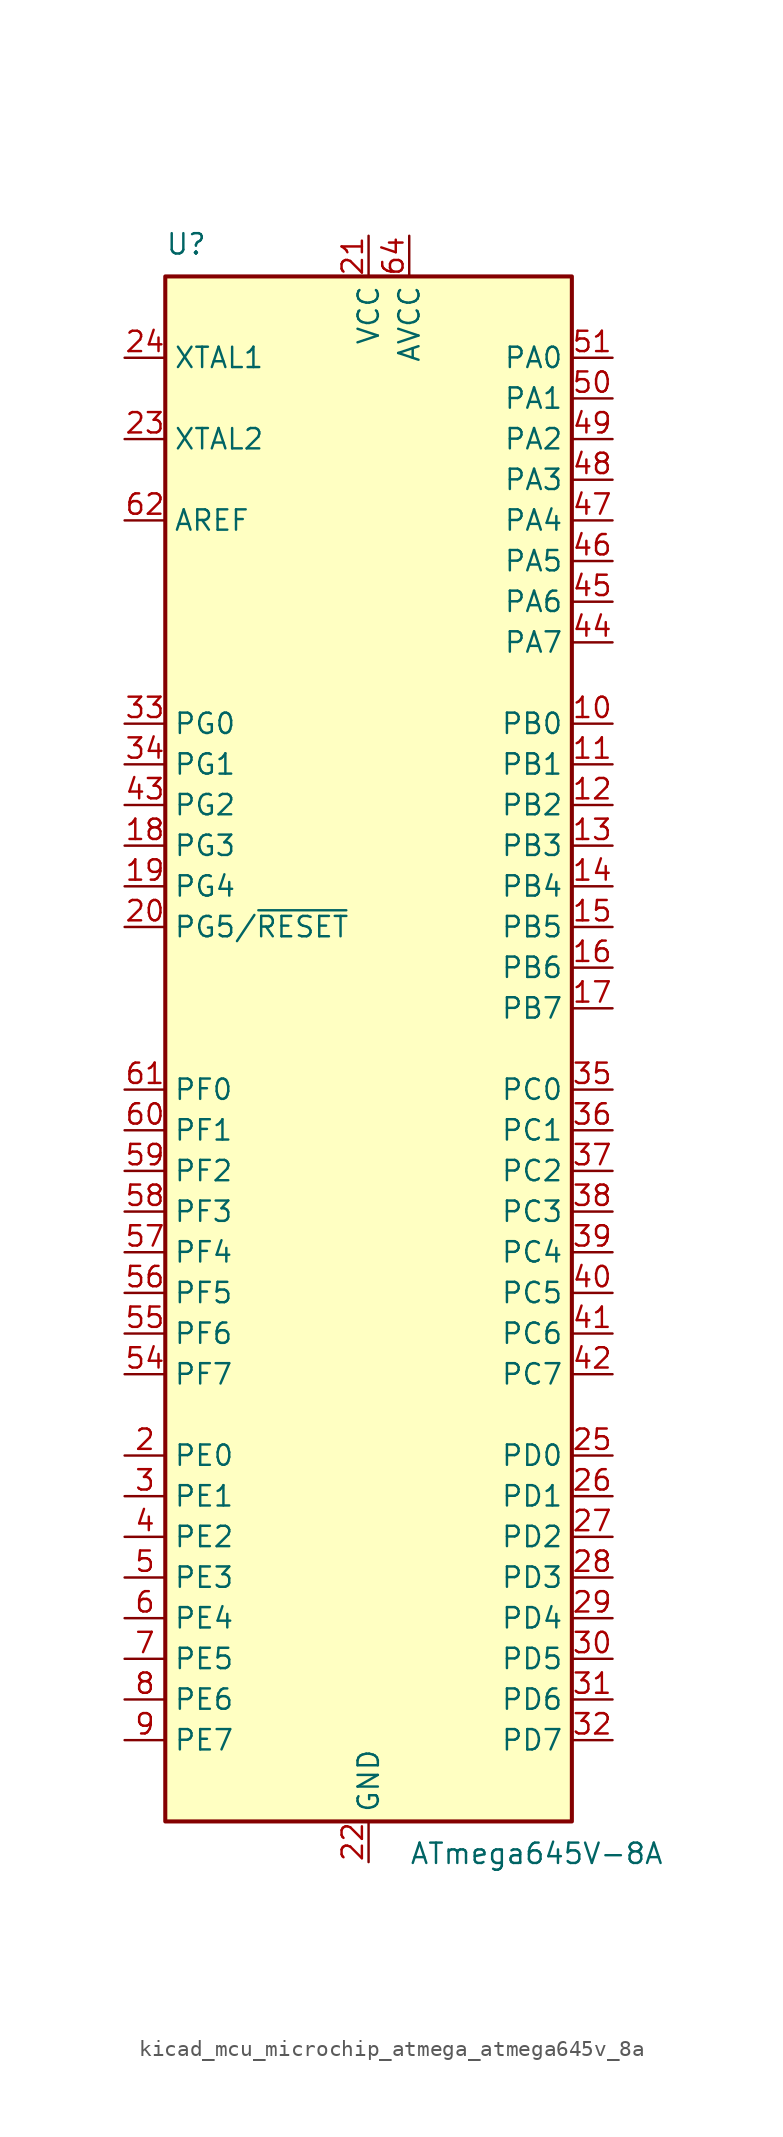
<source format=kicad_sym>
(kicad_symbol_lib
  (version 20220914)
  (generator kicad_symbol_editor)
  (symbol "kicad_mcu_microchip_atmega_atmega645v_8a"
    (property "Reference" "U"
      (at -12.7 49.53 0)
      (effects (font (size 1.27 1.27)) (justify left bottom)))
    (property "Value" "ATmega645V-8A"
      (at 2.54 -49.53 0)
      (effects (font (size 1.27 1.27)) (justify left top)))
    (symbol "kicad_mcu_microchip_atmega_atmega645v_8a_0_1"
      (rectangle (start -12.7 -48.26) (end 12.7 48.26) (stroke (width 0.254) (type default)) (fill (type background))))
    (symbol "kicad_mcu_microchip_atmega_atmega645v_8a_1_1"
      (pin no_connect line (at -12.7 -45.72 0) (length 2.54) hide (name "NC" (effects (font (size 1.27 1.27)))) (number "1" (effects (font (size 1.27 1.27)))))
      (pin bidirectional line (at 15.24 20.32 180) (length 2.54) (name "PB0" (effects (font (size 1.27 1.27)))) (number "10" (effects (font (size 1.27 1.27)))))
      (pin bidirectional line (at 15.24 17.78 180) (length 2.54) (name "PB1" (effects (font (size 1.27 1.27)))) (number "11" (effects (font (size 1.27 1.27)))))
      (pin bidirectional line (at 15.24 15.24 180) (length 2.54) (name "PB2" (effects (font (size 1.27 1.27)))) (number "12" (effects (font (size 1.27 1.27)))))
      (pin bidirectional line (at 15.24 12.7 180) (length 2.54) (name "PB3" (effects (font (size 1.27 1.27)))) (number "13" (effects (font (size 1.27 1.27)))))
      (pin bidirectional line (at 15.24 10.16 180) (length 2.54) (name "PB4" (effects (font (size 1.27 1.27)))) (number "14" (effects (font (size 1.27 1.27)))))
      (pin bidirectional line (at 15.24 7.62 180) (length 2.54) (name "PB5" (effects (font (size 1.27 1.27)))) (number "15" (effects (font (size 1.27 1.27)))))
      (pin bidirectional line (at 15.24 5.08 180) (length 2.54) (name "PB6" (effects (font (size 1.27 1.27)))) (number "16" (effects (font (size 1.27 1.27)))))
      (pin bidirectional line (at 15.24 2.54 180) (length 2.54) (name "PB7" (effects (font (size 1.27 1.27)))) (number "17" (effects (font (size 1.27 1.27)))))
      (pin bidirectional line (at -15.24 12.7 0) (length 2.54) (name "PG3" (effects (font (size 1.27 1.27)))) (number "18" (effects (font (size 1.27 1.27)))))
      (pin bidirectional line (at -15.24 10.16 0) (length 2.54) (name "PG4" (effects (font (size 1.27 1.27)))) (number "19" (effects (font (size 1.27 1.27)))))
      (pin bidirectional line (at -15.24 -25.4 0) (length 2.54) (name "PE0" (effects (font (size 1.27 1.27)))) (number "2" (effects (font (size 1.27 1.27)))))
      (pin bidirectional line (at -15.24 7.62 0) (length 2.54) (name "PG5/~{RESET}" (effects (font (size 1.27 1.27)))) (number "20" (effects (font (size 1.27 1.27)))))
      (pin power_in line (at 0 50.8 270) (length 2.54) (name "VCC" (effects (font (size 1.27 1.27)))) (number "21" (effects (font (size 1.27 1.27)))))
      (pin power_in line (at 0 -50.8 90) (length 2.54) (name "GND" (effects (font (size 1.27 1.27)))) (number "22" (effects (font (size 1.27 1.27)))))
      (pin output line (at -15.24 38.1 0) (length 2.54) (name "XTAL2" (effects (font (size 1.27 1.27)))) (number "23" (effects (font (size 1.27 1.27)))))
      (pin input line (at -15.24 43.18 0) (length 2.54) (name "XTAL1" (effects (font (size 1.27 1.27)))) (number "24" (effects (font (size 1.27 1.27)))))
      (pin bidirectional line (at 15.24 -25.4 180) (length 2.54) (name "PD0" (effects (font (size 1.27 1.27)))) (number "25" (effects (font (size 1.27 1.27)))))
      (pin bidirectional line (at 15.24 -27.94 180) (length 2.54) (name "PD1" (effects (font (size 1.27 1.27)))) (number "26" (effects (font (size 1.27 1.27)))))
      (pin bidirectional line (at 15.24 -30.48 180) (length 2.54) (name "PD2" (effects (font (size 1.27 1.27)))) (number "27" (effects (font (size 1.27 1.27)))))
      (pin bidirectional line (at 15.24 -33.02 180) (length 2.54) (name "PD3" (effects (font (size 1.27 1.27)))) (number "28" (effects (font (size 1.27 1.27)))))
      (pin bidirectional line (at 15.24 -35.56 180) (length 2.54) (name "PD4" (effects (font (size 1.27 1.27)))) (number "29" (effects (font (size 1.27 1.27)))))
      (pin bidirectional line (at -15.24 -27.94 0) (length 2.54) (name "PE1" (effects (font (size 1.27 1.27)))) (number "3" (effects (font (size 1.27 1.27)))))
      (pin bidirectional line (at 15.24 -38.1 180) (length 2.54) (name "PD5" (effects (font (size 1.27 1.27)))) (number "30" (effects (font (size 1.27 1.27)))))
      (pin bidirectional line (at 15.24 -40.64 180) (length 2.54) (name "PD6" (effects (font (size 1.27 1.27)))) (number "31" (effects (font (size 1.27 1.27)))))
      (pin bidirectional line (at 15.24 -43.18 180) (length 2.54) (name "PD7" (effects (font (size 1.27 1.27)))) (number "32" (effects (font (size 1.27 1.27)))))
      (pin bidirectional line (at -15.24 20.32 0) (length 2.54) (name "PG0" (effects (font (size 1.27 1.27)))) (number "33" (effects (font (size 1.27 1.27)))))
      (pin bidirectional line (at -15.24 17.78 0) (length 2.54) (name "PG1" (effects (font (size 1.27 1.27)))) (number "34" (effects (font (size 1.27 1.27)))))
      (pin bidirectional line (at 15.24 -2.54 180) (length 2.54) (name "PC0" (effects (font (size 1.27 1.27)))) (number "35" (effects (font (size 1.27 1.27)))))
      (pin bidirectional line (at 15.24 -5.08 180) (length 2.54) (name "PC1" (effects (font (size 1.27 1.27)))) (number "36" (effects (font (size 1.27 1.27)))))
      (pin bidirectional line (at 15.24 -7.62 180) (length 2.54) (name "PC2" (effects (font (size 1.27 1.27)))) (number "37" (effects (font (size 1.27 1.27)))))
      (pin bidirectional line (at 15.24 -10.16 180) (length 2.54) (name "PC3" (effects (font (size 1.27 1.27)))) (number "38" (effects (font (size 1.27 1.27)))))
      (pin bidirectional line (at 15.24 -12.7 180) (length 2.54) (name "PC4" (effects (font (size 1.27 1.27)))) (number "39" (effects (font (size 1.27 1.27)))))
      (pin bidirectional line (at -15.24 -30.48 0) (length 2.54) (name "PE2" (effects (font (size 1.27 1.27)))) (number "4" (effects (font (size 1.27 1.27)))))
      (pin bidirectional line (at 15.24 -15.24 180) (length 2.54) (name "PC5" (effects (font (size 1.27 1.27)))) (number "40" (effects (font (size 1.27 1.27)))))
      (pin bidirectional line (at 15.24 -17.78 180) (length 2.54) (name "PC6" (effects (font (size 1.27 1.27)))) (number "41" (effects (font (size 1.27 1.27)))))
      (pin bidirectional line (at 15.24 -20.32 180) (length 2.54) (name "PC7" (effects (font (size 1.27 1.27)))) (number "42" (effects (font (size 1.27 1.27)))))
      (pin bidirectional line (at -15.24 15.24 0) (length 2.54) (name "PG2" (effects (font (size 1.27 1.27)))) (number "43" (effects (font (size 1.27 1.27)))))
      (pin bidirectional line (at 15.24 25.4 180) (length 2.54) (name "PA7" (effects (font (size 1.27 1.27)))) (number "44" (effects (font (size 1.27 1.27)))))
      (pin bidirectional line (at 15.24 27.94 180) (length 2.54) (name "PA6" (effects (font (size 1.27 1.27)))) (number "45" (effects (font (size 1.27 1.27)))))
      (pin bidirectional line (at 15.24 30.48 180) (length 2.54) (name "PA5" (effects (font (size 1.27 1.27)))) (number "46" (effects (font (size 1.27 1.27)))))
      (pin bidirectional line (at 15.24 33.02 180) (length 2.54) (name "PA4" (effects (font (size 1.27 1.27)))) (number "47" (effects (font (size 1.27 1.27)))))
      (pin bidirectional line (at 15.24 35.56 180) (length 2.54) (name "PA3" (effects (font (size 1.27 1.27)))) (number "48" (effects (font (size 1.27 1.27)))))
      (pin bidirectional line (at 15.24 38.1 180) (length 2.54) (name "PA2" (effects (font (size 1.27 1.27)))) (number "49" (effects (font (size 1.27 1.27)))))
      (pin bidirectional line (at -15.24 -33.02 0) (length 2.54) (name "PE3" (effects (font (size 1.27 1.27)))) (number "5" (effects (font (size 1.27 1.27)))))
      (pin bidirectional line (at 15.24 40.64 180) (length 2.54) (name "PA1" (effects (font (size 1.27 1.27)))) (number "50" (effects (font (size 1.27 1.27)))))
      (pin bidirectional line (at 15.24 43.18 180) (length 2.54) (name "PA0" (effects (font (size 1.27 1.27)))) (number "51" (effects (font (size 1.27 1.27)))))
      (pin passive line (at 0 50.8 270) (length 2.54) hide (name "VCC" (effects (font (size 1.27 1.27)))) (number "52" (effects (font (size 1.27 1.27)))))
      (pin passive line (at 0 -50.8 90) (length 2.54) hide (name "GND" (effects (font (size 1.27 1.27)))) (number "53" (effects (font (size 1.27 1.27)))))
      (pin bidirectional line (at -15.24 -20.32 0) (length 2.54) (name "PF7" (effects (font (size 1.27 1.27)))) (number "54" (effects (font (size 1.27 1.27)))))
      (pin bidirectional line (at -15.24 -17.78 0) (length 2.54) (name "PF6" (effects (font (size 1.27 1.27)))) (number "55" (effects (font (size 1.27 1.27)))))
      (pin bidirectional line (at -15.24 -15.24 0) (length 2.54) (name "PF5" (effects (font (size 1.27 1.27)))) (number "56" (effects (font (size 1.27 1.27)))))
      (pin bidirectional line (at -15.24 -12.7 0) (length 2.54) (name "PF4" (effects (font (size 1.27 1.27)))) (number "57" (effects (font (size 1.27 1.27)))))
      (pin bidirectional line (at -15.24 -10.16 0) (length 2.54) (name "PF3" (effects (font (size 1.27 1.27)))) (number "58" (effects (font (size 1.27 1.27)))))
      (pin bidirectional line (at -15.24 -7.62 0) (length 2.54) (name "PF2" (effects (font (size 1.27 1.27)))) (number "59" (effects (font (size 1.27 1.27)))))
      (pin bidirectional line (at -15.24 -35.56 0) (length 2.54) (name "PE4" (effects (font (size 1.27 1.27)))) (number "6" (effects (font (size 1.27 1.27)))))
      (pin bidirectional line (at -15.24 -5.08 0) (length 2.54) (name "PF1" (effects (font (size 1.27 1.27)))) (number "60" (effects (font (size 1.27 1.27)))))
      (pin bidirectional line (at -15.24 -2.54 0) (length 2.54) (name "PF0" (effects (font (size 1.27 1.27)))) (number "61" (effects (font (size 1.27 1.27)))))
      (pin passive line (at -15.24 33.02 0) (length 2.54) (name "AREF" (effects (font (size 1.27 1.27)))) (number "62" (effects (font (size 1.27 1.27)))))
      (pin passive line (at 0 -50.8 90) (length 2.54) hide (name "GND" (effects (font (size 1.27 1.27)))) (number "63" (effects (font (size 1.27 1.27)))))
      (pin power_in line (at 2.54 50.8 270) (length 2.54) (name "AVCC" (effects (font (size 1.27 1.27)))) (number "64" (effects (font (size 1.27 1.27)))))
      (pin bidirectional line (at -15.24 -38.1 0) (length 2.54) (name "PE5" (effects (font (size 1.27 1.27)))) (number "7" (effects (font (size 1.27 1.27)))))
      (pin bidirectional line (at -15.24 -40.64 0) (length 2.54) (name "PE6" (effects (font (size 1.27 1.27)))) (number "8" (effects (font (size 1.27 1.27)))))
      (pin bidirectional line (at -15.24 -43.18 0) (length 2.54) (name "PE7" (effects (font (size 1.27 1.27)))) (number "9" (effects (font (size 1.27 1.27))))))))
</source>
